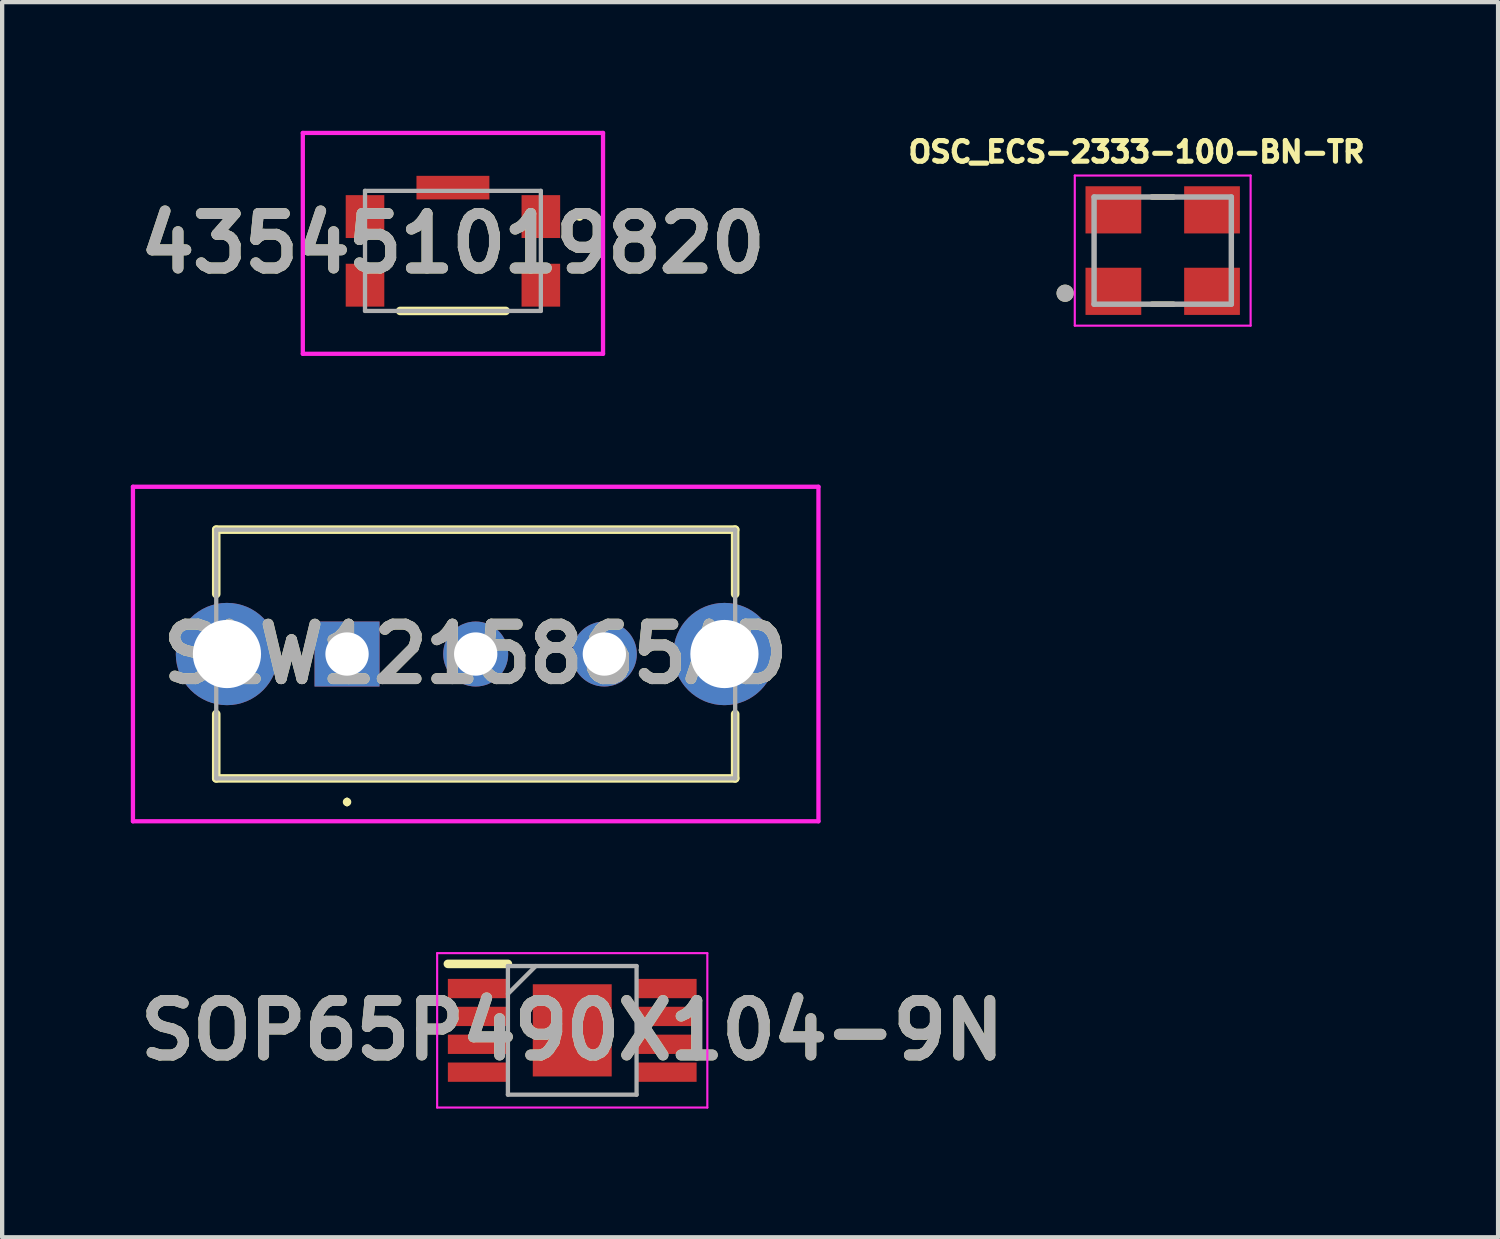
<source format=kicad_pcb>
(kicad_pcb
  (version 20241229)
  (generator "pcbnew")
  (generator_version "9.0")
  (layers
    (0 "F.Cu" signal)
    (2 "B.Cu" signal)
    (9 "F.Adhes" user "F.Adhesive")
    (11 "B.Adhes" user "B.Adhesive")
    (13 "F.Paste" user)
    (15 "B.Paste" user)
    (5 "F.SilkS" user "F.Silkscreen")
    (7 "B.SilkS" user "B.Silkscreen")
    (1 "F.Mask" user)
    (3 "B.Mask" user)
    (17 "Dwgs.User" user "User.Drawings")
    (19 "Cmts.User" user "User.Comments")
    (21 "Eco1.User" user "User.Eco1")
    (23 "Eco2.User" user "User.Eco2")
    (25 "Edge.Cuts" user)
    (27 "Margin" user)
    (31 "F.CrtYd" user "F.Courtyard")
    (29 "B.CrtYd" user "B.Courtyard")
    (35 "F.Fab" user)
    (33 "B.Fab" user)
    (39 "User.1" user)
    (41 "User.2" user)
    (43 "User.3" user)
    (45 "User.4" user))
  (footprint "SOP65P490X104-9N"
    (layer "F.Cu")
    (at 10.293 20.975)
    (property "Reference" "SOP65P490X104-9N" (at 0 0 0) (layer "F.SilkS") (effects (font (size 1.27 1.27) (thickness 0.254))))
    (attr smd)
    (fp_line (start -2.9 -1.55) (end -1.5 -1.55) (stroke (width 0.2) (type solid)) (layer "F.SilkS"))
    (fp_line (start -3.15 -1.8) (end 3.15 -1.8) (stroke (width 0.05) (type solid)) (layer "F.CrtYd"))
    (fp_line (start -3.15 1.8) (end -3.15 -1.8) (stroke (width 0.05) (type solid)) (layer "F.CrtYd"))
    (fp_line (start 3.15 -1.8) (end 3.15 1.8) (stroke (width 0.05) (type solid)) (layer "F.CrtYd"))
    (fp_line (start 3.15 1.8) (end -3.15 1.8) (stroke (width 0.05) (type solid)) (layer "F.CrtYd"))
    (fp_line (start -1.5 -1.5) (end 1.5 -1.5) (stroke (width 0.1) (type solid)) (layer "F.Fab"))
    (fp_line (start -1.5 -0.85) (end -0.85 -1.5) (stroke (width 0.1) (type solid)) (layer "F.Fab"))
    (fp_line (start -1.5 1.5) (end -1.5 -1.5) (stroke (width 0.1) (type solid)) (layer "F.Fab"))
    (fp_line (start 1.5 -1.5) (end 1.5 1.5) (stroke (width 0.1) (type solid)) (layer "F.Fab"))
    (fp_line (start 1.5 1.5) (end -1.5 1.5) (stroke (width 0.1) (type solid)) (layer "F.Fab"))
    (fp_text user "${REFERENCE}" (at 0 0 0) (layer "F.Fab") (effects (font (size 1.27 1.27) (thickness 0.254))))
    (pad "1" smd rect (at -2.2 -0.975 90) (size 0.45 1.4) (layers "F.Cu" "F.Mask" "F.Paste"))
    (pad "2" smd rect (at -2.2 -0.325 90) (size 0.45 1.4) (layers "F.Cu" "F.Mask" "F.Paste"))
    (pad "3" smd rect (at -2.2 0.325 90) (size 0.45 1.4) (layers "F.Cu" "F.Mask" "F.Paste"))
    (pad "4" smd rect (at -2.2 0.975 90) (size 0.45 1.4) (layers "F.Cu" "F.Mask" "F.Paste"))
    (pad "5" smd rect (at 2.2 0.975 90) (size 0.45 1.4) (layers "F.Cu" "F.Mask" "F.Paste"))
    (pad "6" smd rect (at 2.2 0.325 90) (size 0.45 1.4) (layers "F.Cu" "F.Mask" "F.Paste"))
    (pad "7" smd rect (at 2.2 -0.325 90) (size 0.45 1.4) (layers "F.Cu" "F.Mask" "F.Paste"))
    (pad "8" smd rect (at 2.2 -0.975 90) (size 0.45 1.4) (layers "F.Cu" "F.Mask" "F.Paste"))
    (pad "9" smd rect (at 0 0) (size 1.84 2.15) (layers "F.Cu" "F.Mask" "F.Paste")))
  (footprint "SLW1215865AD"
    (layer "F.Cu")
    (at 5.042 12.2)
    (property "Reference" "SLW1215865AD" (at 3 0 0) (layer "F.SilkS") (effects (font (size 1.27 1.27) (thickness 0.254))))
    (attr through_hole)
    (fp_line (start -3.05 -2.9) (end 9.05 -2.9) (stroke (width 0.2) (type solid)) (layer "F.SilkS"))
    (fp_line (start -3.05 -1.4) (end -3.05 -2.9) (stroke (width 0.2) (type solid)) (layer "F.SilkS"))
    (fp_line (start -3.05 2.9) (end -3.05 1.4) (stroke (width 0.2) (type solid)) (layer "F.SilkS"))
    (fp_line (start 0 3.4) (end 0 3.4) (stroke (width 0.1) (type solid)) (layer "F.SilkS"))
    (fp_line (start 0 3.5) (end 0 3.5) (stroke (width 0.1) (type solid)) (layer "F.SilkS"))
    (fp_line (start 9.05 -2.9) (end 9.05 -1.4) (stroke (width 0.2) (type solid)) (layer "F.SilkS"))
    (fp_line (start 9.05 1.4) (end 9.05 2.9) (stroke (width 0.2) (type solid)) (layer "F.SilkS"))
    (fp_line (start 9.05 2.9) (end -3.05 2.9) (stroke (width 0.2) (type solid)) (layer "F.SilkS"))
    (fp_arc (start 0 3.4) (mid 0.05 3.45) (end 0 3.5) (stroke (width 0.1) (type solid)) (layer "F.SilkS"))
    (fp_arc (start 0 3.5) (mid -0.05 3.45) (end 0 3.4) (stroke (width 0.1) (type solid)) (layer "F.SilkS"))
    (fp_line (start -4.992 -3.9) (end 10.992 -3.9) (stroke (width 0.1) (type solid)) (layer "F.CrtYd"))
    (fp_line (start -4.992 3.9) (end -4.992 -3.9) (stroke (width 0.1) (type solid)) (layer "F.CrtYd"))
    (fp_line (start 10.992 -3.9) (end 10.992 3.9) (stroke (width 0.1) (type solid)) (layer "F.CrtYd"))
    (fp_line (start 10.992 3.9) (end -4.992 3.9) (stroke (width 0.1) (type solid)) (layer "F.CrtYd"))
    (fp_line (start -3.05 -2.9) (end 9.05 -2.9) (stroke (width 0.1) (type solid)) (layer "F.Fab"))
    (fp_line (start -3.05 2.9) (end -3.05 -2.9) (stroke (width 0.1) (type solid)) (layer "F.Fab"))
    (fp_line (start 9.05 -2.9) (end 9.05 2.9) (stroke (width 0.1) (type solid)) (layer "F.Fab"))
    (fp_line (start 9.05 2.9) (end -3.05 2.9) (stroke (width 0.1) (type solid)) (layer "F.Fab"))
    (fp_text user "${REFERENCE}" (at 3 0 0) (layer "F.Fab") (effects (font (size 1.27 1.27) (thickness 0.254))))
    (pad "1" thru_hole rect (at 0 0) (size 1.515 1.515) (drill 1.01) (layers "*.Cu" "*.Mask"))
    (pad "2" thru_hole circle (at 3 0) (size 1.515 1.515) (drill 1.01) (layers "*.Cu" "*.Mask"))
    (pad "3" thru_hole circle (at 6 0) (size 1.515 1.515) (drill 1.01) (layers "*.Cu" "*.Mask"))
    (pad "MH1" thru_hole circle (at -2.8 0) (size 2.385 2.385) (drill 1.59) (layers "*.Cu" "*.Mask"))
    (pad "MH2" thru_hole circle (at 8.8 0) (size 2.385 2.385) (drill 1.59) (layers "*.Cu" "*.Mask")))
  (footprint "435451019820"
    (layer "F.Cu")
    (at 7.511 2.8)
    (property "Reference" "435451019820" (at 0 -0.175 0) (layer "F.SilkS") (effects (font (size 1.27 1.27) (thickness 0.254))))
    (attr smd)
    (fp_line (start -1.23 1.4) (end 1.23 1.4) (stroke (width 0.2) (type solid)) (layer "F.SilkS"))
    (fp_line (start 2.9 -0.8) (end 2.9 -0.8) (stroke (width 0.1) (type solid)) (layer "F.SilkS"))
    (fp_line (start 3 -0.8) (end 3 -0.8) (stroke (width 0.1) (type solid)) (layer "F.SilkS"))
    (fp_arc (start 2.9 -0.8) (mid 2.95 -0.85) (end 3 -0.8) (stroke (width 0.1) (type solid)) (layer "F.SilkS"))
    (fp_arc (start 3 -0.8) (mid 2.95 -0.75) (end 2.9 -0.8) (stroke (width 0.1) (type solid)) (layer "F.SilkS"))
    (fp_line (start -3.5 -2.75) (end 3.5 -2.75) (stroke (width 0.1) (type solid)) (layer "F.CrtYd"))
    (fp_line (start -3.5 2.4) (end -3.5 -2.75) (stroke (width 0.1) (type solid)) (layer "F.CrtYd"))
    (fp_line (start 3.5 -2.75) (end 3.5 2.4) (stroke (width 0.1) (type solid)) (layer "F.CrtYd"))
    (fp_line (start 3.5 2.4) (end -3.5 2.4) (stroke (width 0.1) (type solid)) (layer "F.CrtYd"))
    (fp_line (start -2.05 -1.4) (end 2.05 -1.4) (stroke (width 0.1) (type solid)) (layer "F.Fab"))
    (fp_line (start -2.05 1.4) (end -2.05 -1.4) (stroke (width 0.1) (type solid)) (layer "F.Fab"))
    (fp_line (start 2.05 -1.4) (end 2.05 1.4) (stroke (width 0.1) (type solid)) (layer "F.Fab"))
    (fp_line (start 2.05 1.4) (end -2.05 1.4) (stroke (width 0.1) (type solid)) (layer "F.Fab"))
    (fp_text user "${REFERENCE}" (at 0 -0.175 0) (layer "F.Fab") (effects (font (size 1.27 1.27) (thickness 0.254))))
    (pad "1" smd rect (at -2.05 -0.8) (size 0.9 1) (layers "F.Cu" "F.Mask" "F.Paste"))
    (pad "1" smd rect (at 2.05 -0.8) (size 0.9 1) (layers "F.Cu" "F.Mask" "F.Paste"))
    (pad "2" smd rect (at -2.05 0.8) (size 0.9 1) (layers "F.Cu" "F.Mask" "F.Paste"))
    (pad "2" smd rect (at 2.05 0.8) (size 0.9 1) (layers "F.Cu" "F.Mask" "F.Paste"))
    (pad "5" smd rect (at 0 -1.475 90) (size 0.55 1.7) (layers "F.Cu" "F.Mask" "F.Paste")))
  (footprint "OSC_ECS-2333-100-BN-TR"
    (layer "F.Cu")
    (at 24.061 2.793)
    (property "Reference" "OSC_ECS-2333-100-BN-TR" (at -0.61 -2.301 0) (layer "F.SilkS") (effects (font (size 0.481 0.481) (thickness 0.15))))
    (attr smd)
    (fp_line (start -0.25 -1.25) (end 0.25 -1.25) (stroke (width 0.127) (type solid)) (layer "F.SilkS"))
    (fp_line (start -0.25 1.25) (end 0.25 1.25) (stroke (width 0.127) (type solid)) (layer "F.SilkS"))
    (fp_circle (center -2.275 0.994) (end -2.175 0.994) (stroke (width 0.2) (type solid)) (fill no) (layer "F.SilkS"))
    (fp_line (start -2.05 -1.75) (end 2.05 -1.75) (stroke (width 0.05) (type solid)) (layer "F.CrtYd"))
    (fp_line (start -2.05 1.75) (end -2.05 -1.75) (stroke (width 0.05) (type solid)) (layer "F.CrtYd"))
    (fp_line (start 2.05 -1.75) (end 2.05 1.75) (stroke (width 0.05) (type solid)) (layer "F.CrtYd"))
    (fp_line (start 2.05 1.75) (end -2.05 1.75) (stroke (width 0.05) (type solid)) (layer "F.CrtYd"))
    (fp_line (start -1.6 -1.25) (end 1.6 -1.25) (stroke (width 0.127) (type solid)) (layer "F.Fab"))
    (fp_line (start -1.6 1.25) (end -1.6 -1.25) (stroke (width 0.127) (type solid)) (layer "F.Fab"))
    (fp_line (start 1.6 -1.25) (end 1.6 1.25) (stroke (width 0.127) (type solid)) (layer "F.Fab"))
    (fp_line (start 1.6 1.25) (end -1.6 1.25) (stroke (width 0.127) (type solid)) (layer "F.Fab"))
    (fp_circle (center -2.275 0.994) (end -2.175 0.994) (stroke (width 0.2) (type solid)) (fill no) (layer "F.Fab"))
    (pad "1" smd rect (at -1.15 0.95) (size 1.3 1.1) (layers "F.Cu" "F.Mask" "F.Paste"))
    (pad "2" smd rect (at 1.15 0.95) (size 1.3 1.1) (layers "F.Cu" "F.Mask" "F.Paste"))
    (pad "3" smd rect (at 1.15 -0.95) (size 1.3 1.1) (layers "F.Cu" "F.Mask" "F.Paste"))
    (pad "4" smd rect (at -1.15 -0.95) (size 1.3 1.1) (layers "F.Cu" "F.Mask" "F.Paste")))
  (gr_rect
    (start -3 -3)
    (end 31.881 25.8)
    (stroke (width 0.1) (type default))
    (fill no)
    (layer "Edge.Cuts")))
</source>
